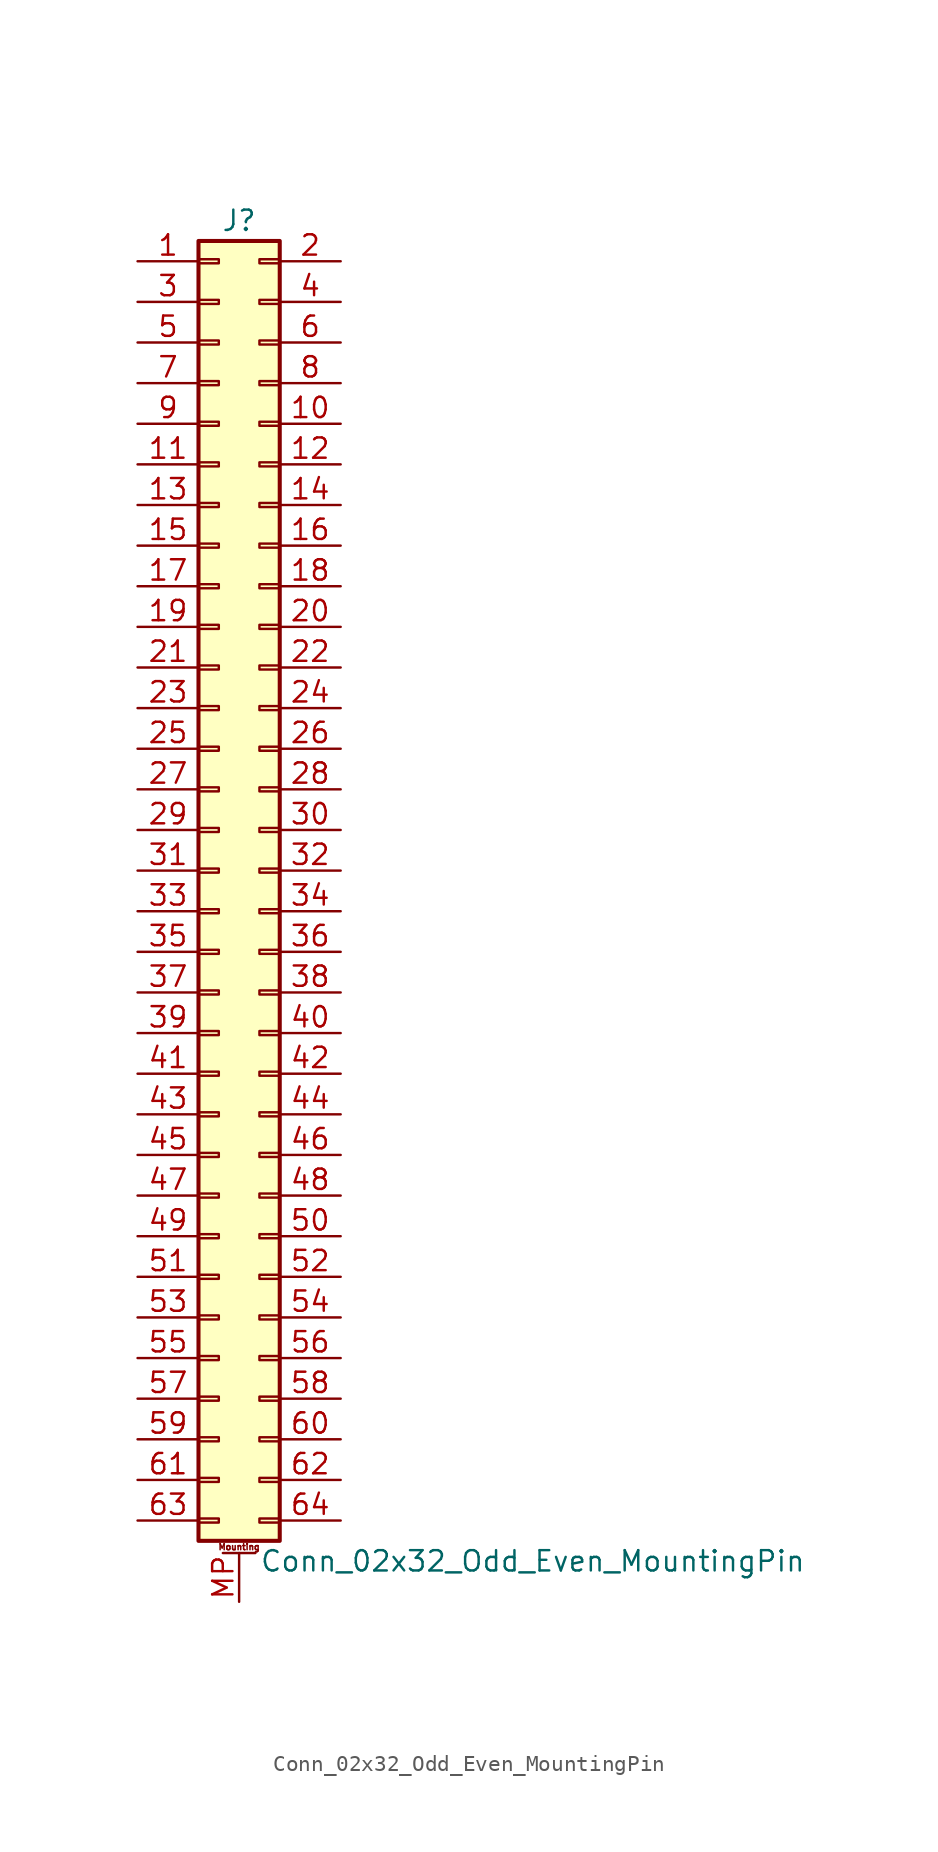
<source format=kicad_sym>
(kicad_symbol_lib
  (version 20220914)
  (generator kicad_symbol_editor)
  (symbol "Conn_02x32_Odd_Even_MountingPin"
    (pin_names
      (offset 1.016) hide)
    (property "Reference" "J"
      (at 1.27 40.64 0)
      (effects (font (size 1.27 1.27))))
    (property "Value" "Conn_02x32_Odd_Even_MountingPin"
      (at 2.54 -43.18 0)
      (effects (font (size 1.27 1.27)) (justify left)))
    (symbol "Conn_02x32_Odd_Even_MountingPin_1_1"
      (rectangle (start -1.27 -40.513) (end 0 -40.767) (stroke (width 0.152) (type default)) (fill (type none)))
      (rectangle (start -1.27 -37.973) (end 0 -38.227) (stroke (width 0.152) (type default)) (fill (type none)))
      (rectangle (start -1.27 -35.433) (end 0 -35.687) (stroke (width 0.152) (type default)) (fill (type none)))
      (rectangle (start -1.27 -32.893) (end 0 -33.147) (stroke (width 0.152) (type default)) (fill (type none)))
      (rectangle (start -1.27 -30.353) (end 0 -30.607) (stroke (width 0.152) (type default)) (fill (type none)))
      (rectangle (start -1.27 -27.813) (end 0 -28.067) (stroke (width 0.152) (type default)) (fill (type none)))
      (rectangle (start -1.27 -25.273) (end 0 -25.527) (stroke (width 0.152) (type default)) (fill (type none)))
      (rectangle (start -1.27 -22.733) (end 0 -22.987) (stroke (width 0.152) (type default)) (fill (type none)))
      (rectangle (start -1.27 -20.193) (end 0 -20.447) (stroke (width 0.152) (type default)) (fill (type none)))
      (rectangle (start -1.27 -17.653) (end 0 -17.907) (stroke (width 0.152) (type default)) (fill (type none)))
      (rectangle (start -1.27 -15.113) (end 0 -15.367) (stroke (width 0.152) (type default)) (fill (type none)))
      (rectangle (start -1.27 -12.573) (end 0 -12.827) (stroke (width 0.152) (type default)) (fill (type none)))
      (rectangle (start -1.27 -10.033) (end 0 -10.287) (stroke (width 0.152) (type default)) (fill (type none)))
      (rectangle (start -1.27 -7.493) (end 0 -7.747) (stroke (width 0.152) (type default)) (fill (type none)))
      (rectangle (start -1.27 -4.953) (end 0 -5.207) (stroke (width 0.152) (type default)) (fill (type none)))
      (rectangle (start -1.27 -2.413) (end 0 -2.667) (stroke (width 0.152) (type default)) (fill (type none)))
      (rectangle (start -1.27 0.127) (end 0 -0.127) (stroke (width 0.152) (type default)) (fill (type none)))
      (rectangle (start -1.27 2.667) (end 0 2.413) (stroke (width 0.152) (type default)) (fill (type none)))
      (rectangle (start -1.27 5.207) (end 0 4.953) (stroke (width 0.152) (type default)) (fill (type none)))
      (rectangle (start -1.27 7.747) (end 0 7.493) (stroke (width 0.152) (type default)) (fill (type none)))
      (rectangle (start -1.27 10.287) (end 0 10.033) (stroke (width 0.152) (type default)) (fill (type none)))
      (rectangle (start -1.27 12.827) (end 0 12.573) (stroke (width 0.152) (type default)) (fill (type none)))
      (rectangle (start -1.27 15.367) (end 0 15.113) (stroke (width 0.152) (type default)) (fill (type none)))
      (rectangle (start -1.27 17.907) (end 0 17.653) (stroke (width 0.152) (type default)) (fill (type none)))
      (rectangle (start -1.27 20.447) (end 0 20.193) (stroke (width 0.152) (type default)) (fill (type none)))
      (rectangle (start -1.27 22.987) (end 0 22.733) (stroke (width 0.152) (type default)) (fill (type none)))
      (rectangle (start -1.27 25.527) (end 0 25.273) (stroke (width 0.152) (type default)) (fill (type none)))
      (rectangle (start -1.27 28.067) (end 0 27.813) (stroke (width 0.152) (type default)) (fill (type none)))
      (rectangle (start -1.27 30.607) (end 0 30.353) (stroke (width 0.152) (type default)) (fill (type none)))
      (rectangle (start -1.27 33.147) (end 0 32.893) (stroke (width 0.152) (type default)) (fill (type none)))
      (rectangle (start -1.27 35.687) (end 0 35.433) (stroke (width 0.152) (type default)) (fill (type none)))
      (rectangle (start -1.27 38.227) (end 0 37.973) (stroke (width 0.152) (type default)) (fill (type none)))
      (rectangle (start -1.27 39.37) (end 3.81 -41.91) (stroke (width 0.254) (type default)) (fill (type background)))
      (polyline (pts (xy 0.254 -42.672) (xy 2.286 -42.672)) (stroke (width 0.152) (type default)) (fill (type none)))
      (rectangle (start 3.81 -40.513) (end 2.54 -40.767) (stroke (width 0.152) (type default)) (fill (type none)))
      (rectangle (start 3.81 -37.973) (end 2.54 -38.227) (stroke (width 0.152) (type default)) (fill (type none)))
      (rectangle (start 3.81 -35.433) (end 2.54 -35.687) (stroke (width 0.152) (type default)) (fill (type none)))
      (rectangle (start 3.81 -32.893) (end 2.54 -33.147) (stroke (width 0.152) (type default)) (fill (type none)))
      (rectangle (start 3.81 -30.353) (end 2.54 -30.607) (stroke (width 0.152) (type default)) (fill (type none)))
      (rectangle (start 3.81 -27.813) (end 2.54 -28.067) (stroke (width 0.152) (type default)) (fill (type none)))
      (rectangle (start 3.81 -25.273) (end 2.54 -25.527) (stroke (width 0.152) (type default)) (fill (type none)))
      (rectangle (start 3.81 -22.733) (end 2.54 -22.987) (stroke (width 0.152) (type default)) (fill (type none)))
      (rectangle (start 3.81 -20.193) (end 2.54 -20.447) (stroke (width 0.152) (type default)) (fill (type none)))
      (rectangle (start 3.81 -17.653) (end 2.54 -17.907) (stroke (width 0.152) (type default)) (fill (type none)))
      (rectangle (start 3.81 -15.113) (end 2.54 -15.367) (stroke (width 0.152) (type default)) (fill (type none)))
      (rectangle (start 3.81 -12.573) (end 2.54 -12.827) (stroke (width 0.152) (type default)) (fill (type none)))
      (rectangle (start 3.81 -10.033) (end 2.54 -10.287) (stroke (width 0.152) (type default)) (fill (type none)))
      (rectangle (start 3.81 -7.493) (end 2.54 -7.747) (stroke (width 0.152) (type default)) (fill (type none)))
      (rectangle (start 3.81 -4.953) (end 2.54 -5.207) (stroke (width 0.152) (type default)) (fill (type none)))
      (rectangle (start 3.81 -2.413) (end 2.54 -2.667) (stroke (width 0.152) (type default)) (fill (type none)))
      (rectangle (start 3.81 0.127) (end 2.54 -0.127) (stroke (width 0.152) (type default)) (fill (type none)))
      (rectangle (start 3.81 2.667) (end 2.54 2.413) (stroke (width 0.152) (type default)) (fill (type none)))
      (rectangle (start 3.81 5.207) (end 2.54 4.953) (stroke (width 0.152) (type default)) (fill (type none)))
      (rectangle (start 3.81 7.747) (end 2.54 7.493) (stroke (width 0.152) (type default)) (fill (type none)))
      (rectangle (start 3.81 10.287) (end 2.54 10.033) (stroke (width 0.152) (type default)) (fill (type none)))
      (rectangle (start 3.81 12.827) (end 2.54 12.573) (stroke (width 0.152) (type default)) (fill (type none)))
      (rectangle (start 3.81 15.367) (end 2.54 15.113) (stroke (width 0.152) (type default)) (fill (type none)))
      (rectangle (start 3.81 17.907) (end 2.54 17.653) (stroke (width 0.152) (type default)) (fill (type none)))
      (rectangle (start 3.81 20.447) (end 2.54 20.193) (stroke (width 0.152) (type default)) (fill (type none)))
      (rectangle (start 3.81 22.987) (end 2.54 22.733) (stroke (width 0.152) (type default)) (fill (type none)))
      (rectangle (start 3.81 25.527) (end 2.54 25.273) (stroke (width 0.152) (type default)) (fill (type none)))
      (rectangle (start 3.81 28.067) (end 2.54 27.813) (stroke (width 0.152) (type default)) (fill (type none)))
      (rectangle (start 3.81 30.607) (end 2.54 30.353) (stroke (width 0.152) (type default)) (fill (type none)))
      (rectangle (start 3.81 33.147) (end 2.54 32.893) (stroke (width 0.152) (type default)) (fill (type none)))
      (rectangle (start 3.81 35.687) (end 2.54 35.433) (stroke (width 0.152) (type default)) (fill (type none)))
      (rectangle (start 3.81 38.227) (end 2.54 37.973) (stroke (width 0.152) (type default)) (fill (type none)))
      (text "Mounting" (at 1.27 -42.291 0) (effects (font (size 0.381 0.381))))
      (pin passive line (at -5.08 38.1 0) (length 3.81) (name "Pin_1" (effects (font (size 1.27 1.27)))) (number "1" (effects (font (size 1.27 1.27)))))
      (pin passive line (at 7.62 27.94 180) (length 3.81) (name "Pin_10" (effects (font (size 1.27 1.27)))) (number "10" (effects (font (size 1.27 1.27)))))
      (pin passive line (at -5.08 25.4 0) (length 3.81) (name "Pin_11" (effects (font (size 1.27 1.27)))) (number "11" (effects (font (size 1.27 1.27)))))
      (pin passive line (at 7.62 25.4 180) (length 3.81) (name "Pin_12" (effects (font (size 1.27 1.27)))) (number "12" (effects (font (size 1.27 1.27)))))
      (pin passive line (at -5.08 22.86 0) (length 3.81) (name "Pin_13" (effects (font (size 1.27 1.27)))) (number "13" (effects (font (size 1.27 1.27)))))
      (pin passive line (at 7.62 22.86 180) (length 3.81) (name "Pin_14" (effects (font (size 1.27 1.27)))) (number "14" (effects (font (size 1.27 1.27)))))
      (pin passive line (at -5.08 20.32 0) (length 3.81) (name "Pin_15" (effects (font (size 1.27 1.27)))) (number "15" (effects (font (size 1.27 1.27)))))
      (pin passive line (at 7.62 20.32 180) (length 3.81) (name "Pin_16" (effects (font (size 1.27 1.27)))) (number "16" (effects (font (size 1.27 1.27)))))
      (pin passive line (at -5.08 17.78 0) (length 3.81) (name "Pin_17" (effects (font (size 1.27 1.27)))) (number "17" (effects (font (size 1.27 1.27)))))
      (pin passive line (at 7.62 17.78 180) (length 3.81) (name "Pin_18" (effects (font (size 1.27 1.27)))) (number "18" (effects (font (size 1.27 1.27)))))
      (pin passive line (at -5.08 15.24 0) (length 3.81) (name "Pin_19" (effects (font (size 1.27 1.27)))) (number "19" (effects (font (size 1.27 1.27)))))
      (pin passive line (at 7.62 38.1 180) (length 3.81) (name "Pin_2" (effects (font (size 1.27 1.27)))) (number "2" (effects (font (size 1.27 1.27)))))
      (pin passive line (at 7.62 15.24 180) (length 3.81) (name "Pin_20" (effects (font (size 1.27 1.27)))) (number "20" (effects (font (size 1.27 1.27)))))
      (pin passive line (at -5.08 12.7 0) (length 3.81) (name "Pin_21" (effects (font (size 1.27 1.27)))) (number "21" (effects (font (size 1.27 1.27)))))
      (pin passive line (at 7.62 12.7 180) (length 3.81) (name "Pin_22" (effects (font (size 1.27 1.27)))) (number "22" (effects (font (size 1.27 1.27)))))
      (pin passive line (at -5.08 10.16 0) (length 3.81) (name "Pin_23" (effects (font (size 1.27 1.27)))) (number "23" (effects (font (size 1.27 1.27)))))
      (pin passive line (at 7.62 10.16 180) (length 3.81) (name "Pin_24" (effects (font (size 1.27 1.27)))) (number "24" (effects (font (size 1.27 1.27)))))
      (pin passive line (at -5.08 7.62 0) (length 3.81) (name "Pin_25" (effects (font (size 1.27 1.27)))) (number "25" (effects (font (size 1.27 1.27)))))
      (pin passive line (at 7.62 7.62 180) (length 3.81) (name "Pin_26" (effects (font (size 1.27 1.27)))) (number "26" (effects (font (size 1.27 1.27)))))
      (pin passive line (at -5.08 5.08 0) (length 3.81) (name "Pin_27" (effects (font (size 1.27 1.27)))) (number "27" (effects (font (size 1.27 1.27)))))
      (pin passive line (at 7.62 5.08 180) (length 3.81) (name "Pin_28" (effects (font (size 1.27 1.27)))) (number "28" (effects (font (size 1.27 1.27)))))
      (pin passive line (at -5.08 2.54 0) (length 3.81) (name "Pin_29" (effects (font (size 1.27 1.27)))) (number "29" (effects (font (size 1.27 1.27)))))
      (pin passive line (at -5.08 35.56 0) (length 3.81) (name "Pin_3" (effects (font (size 1.27 1.27)))) (number "3" (effects (font (size 1.27 1.27)))))
      (pin passive line (at 7.62 2.54 180) (length 3.81) (name "Pin_30" (effects (font (size 1.27 1.27)))) (number "30" (effects (font (size 1.27 1.27)))))
      (pin passive line (at -5.08 0 0) (length 3.81) (name "Pin_31" (effects (font (size 1.27 1.27)))) (number "31" (effects (font (size 1.27 1.27)))))
      (pin passive line (at 7.62 0 180) (length 3.81) (name "Pin_32" (effects (font (size 1.27 1.27)))) (number "32" (effects (font (size 1.27 1.27)))))
      (pin passive line (at -5.08 -2.54 0) (length 3.81) (name "Pin_33" (effects (font (size 1.27 1.27)))) (number "33" (effects (font (size 1.27 1.27)))))
      (pin passive line (at 7.62 -2.54 180) (length 3.81) (name "Pin_34" (effects (font (size 1.27 1.27)))) (number "34" (effects (font (size 1.27 1.27)))))
      (pin passive line (at -5.08 -5.08 0) (length 3.81) (name "Pin_35" (effects (font (size 1.27 1.27)))) (number "35" (effects (font (size 1.27 1.27)))))
      (pin passive line (at 7.62 -5.08 180) (length 3.81) (name "Pin_36" (effects (font (size 1.27 1.27)))) (number "36" (effects (font (size 1.27 1.27)))))
      (pin passive line (at -5.08 -7.62 0) (length 3.81) (name "Pin_37" (effects (font (size 1.27 1.27)))) (number "37" (effects (font (size 1.27 1.27)))))
      (pin passive line (at 7.62 -7.62 180) (length 3.81) (name "Pin_38" (effects (font (size 1.27 1.27)))) (number "38" (effects (font (size 1.27 1.27)))))
      (pin passive line (at -5.08 -10.16 0) (length 3.81) (name "Pin_39" (effects (font (size 1.27 1.27)))) (number "39" (effects (font (size 1.27 1.27)))))
      (pin passive line (at 7.62 35.56 180) (length 3.81) (name "Pin_4" (effects (font (size 1.27 1.27)))) (number "4" (effects (font (size 1.27 1.27)))))
      (pin passive line (at 7.62 -10.16 180) (length 3.81) (name "Pin_40" (effects (font (size 1.27 1.27)))) (number "40" (effects (font (size 1.27 1.27)))))
      (pin passive line (at -5.08 -12.7 0) (length 3.81) (name "Pin_41" (effects (font (size 1.27 1.27)))) (number "41" (effects (font (size 1.27 1.27)))))
      (pin passive line (at 7.62 -12.7 180) (length 3.81) (name "Pin_42" (effects (font (size 1.27 1.27)))) (number "42" (effects (font (size 1.27 1.27)))))
      (pin passive line (at -5.08 -15.24 0) (length 3.81) (name "Pin_43" (effects (font (size 1.27 1.27)))) (number "43" (effects (font (size 1.27 1.27)))))
      (pin passive line (at 7.62 -15.24 180) (length 3.81) (name "Pin_44" (effects (font (size 1.27 1.27)))) (number "44" (effects (font (size 1.27 1.27)))))
      (pin passive line (at -5.08 -17.78 0) (length 3.81) (name "Pin_45" (effects (font (size 1.27 1.27)))) (number "45" (effects (font (size 1.27 1.27)))))
      (pin passive line (at 7.62 -17.78 180) (length 3.81) (name "Pin_46" (effects (font (size 1.27 1.27)))) (number "46" (effects (font (size 1.27 1.27)))))
      (pin passive line (at -5.08 -20.32 0) (length 3.81) (name "Pin_47" (effects (font (size 1.27 1.27)))) (number "47" (effects (font (size 1.27 1.27)))))
      (pin passive line (at 7.62 -20.32 180) (length 3.81) (name "Pin_48" (effects (font (size 1.27 1.27)))) (number "48" (effects (font (size 1.27 1.27)))))
      (pin passive line (at -5.08 -22.86 0) (length 3.81) (name "Pin_49" (effects (font (size 1.27 1.27)))) (number "49" (effects (font (size 1.27 1.27)))))
      (pin passive line (at -5.08 33.02 0) (length 3.81) (name "Pin_5" (effects (font (size 1.27 1.27)))) (number "5" (effects (font (size 1.27 1.27)))))
      (pin passive line (at 7.62 -22.86 180) (length 3.81) (name "Pin_50" (effects (font (size 1.27 1.27)))) (number "50" (effects (font (size 1.27 1.27)))))
      (pin passive line (at -5.08 -25.4 0) (length 3.81) (name "Pin_51" (effects (font (size 1.27 1.27)))) (number "51" (effects (font (size 1.27 1.27)))))
      (pin passive line (at 7.62 -25.4 180) (length 3.81) (name "Pin_52" (effects (font (size 1.27 1.27)))) (number "52" (effects (font (size 1.27 1.27)))))
      (pin passive line (at -5.08 -27.94 0) (length 3.81) (name "Pin_53" (effects (font (size 1.27 1.27)))) (number "53" (effects (font (size 1.27 1.27)))))
      (pin passive line (at 7.62 -27.94 180) (length 3.81) (name "Pin_54" (effects (font (size 1.27 1.27)))) (number "54" (effects (font (size 1.27 1.27)))))
      (pin passive line (at -5.08 -30.48 0) (length 3.81) (name "Pin_55" (effects (font (size 1.27 1.27)))) (number "55" (effects (font (size 1.27 1.27)))))
      (pin passive line (at 7.62 -30.48 180) (length 3.81) (name "Pin_56" (effects (font (size 1.27 1.27)))) (number "56" (effects (font (size 1.27 1.27)))))
      (pin passive line (at -5.08 -33.02 0) (length 3.81) (name "Pin_57" (effects (font (size 1.27 1.27)))) (number "57" (effects (font (size 1.27 1.27)))))
      (pin passive line (at 7.62 -33.02 180) (length 3.81) (name "Pin_58" (effects (font (size 1.27 1.27)))) (number "58" (effects (font (size 1.27 1.27)))))
      (pin passive line (at -5.08 -35.56 0) (length 3.81) (name "Pin_59" (effects (font (size 1.27 1.27)))) (number "59" (effects (font (size 1.27 1.27)))))
      (pin passive line (at 7.62 33.02 180) (length 3.81) (name "Pin_6" (effects (font (size 1.27 1.27)))) (number "6" (effects (font (size 1.27 1.27)))))
      (pin passive line (at 7.62 -35.56 180) (length 3.81) (name "Pin_60" (effects (font (size 1.27 1.27)))) (number "60" (effects (font (size 1.27 1.27)))))
      (pin passive line (at -5.08 -38.1 0) (length 3.81) (name "Pin_61" (effects (font (size 1.27 1.27)))) (number "61" (effects (font (size 1.27 1.27)))))
      (pin passive line (at 7.62 -38.1 180) (length 3.81) (name "Pin_62" (effects (font (size 1.27 1.27)))) (number "62" (effects (font (size 1.27 1.27)))))
      (pin passive line (at -5.08 -40.64 0) (length 3.81) (name "Pin_63" (effects (font (size 1.27 1.27)))) (number "63" (effects (font (size 1.27 1.27)))))
      (pin passive line (at 7.62 -40.64 180) (length 3.81) (name "Pin_64" (effects (font (size 1.27 1.27)))) (number "64" (effects (font (size 1.27 1.27)))))
      (pin passive line (at -5.08 30.48 0) (length 3.81) (name "Pin_7" (effects (font (size 1.27 1.27)))) (number "7" (effects (font (size 1.27 1.27)))))
      (pin passive line (at 7.62 30.48 180) (length 3.81) (name "Pin_8" (effects (font (size 1.27 1.27)))) (number "8" (effects (font (size 1.27 1.27)))))
      (pin passive line (at -5.08 27.94 0) (length 3.81) (name "Pin_9" (effects (font (size 1.27 1.27)))) (number "9" (effects (font (size 1.27 1.27)))))
      (pin passive line (at 1.27 -45.72 90) (length 3.048) (name "MountPin" (effects (font (size 1.27 1.27)))) (number "MP" (effects (font (size 1.27 1.27))))))))
</source>
